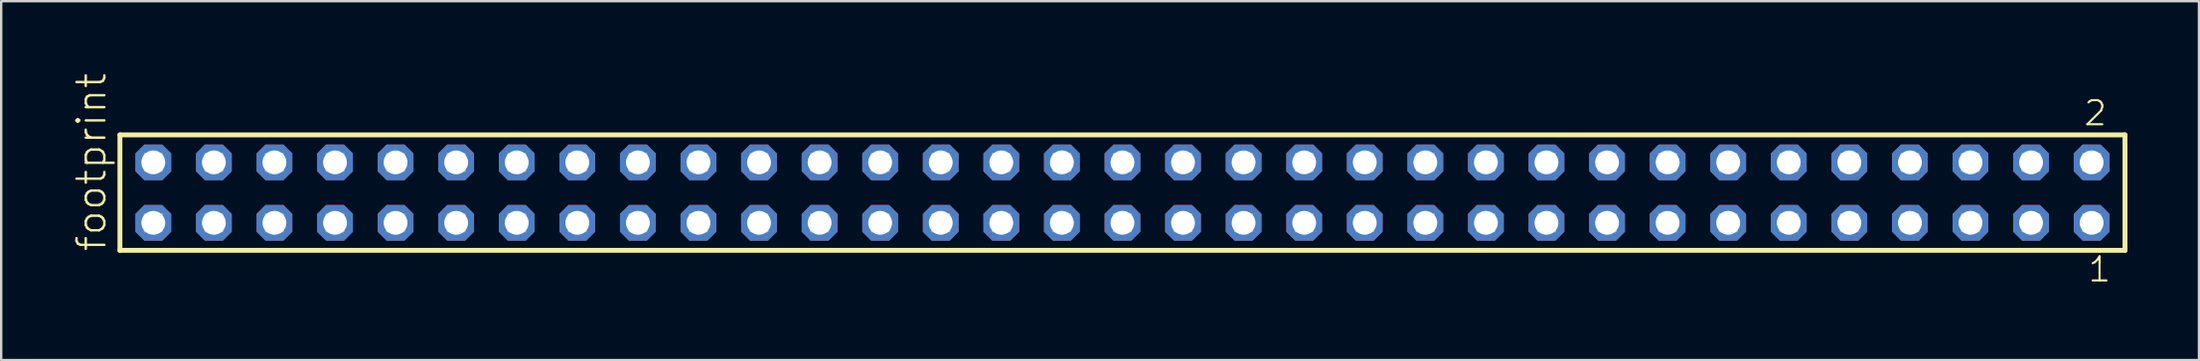
<source format=kicad_pcb>
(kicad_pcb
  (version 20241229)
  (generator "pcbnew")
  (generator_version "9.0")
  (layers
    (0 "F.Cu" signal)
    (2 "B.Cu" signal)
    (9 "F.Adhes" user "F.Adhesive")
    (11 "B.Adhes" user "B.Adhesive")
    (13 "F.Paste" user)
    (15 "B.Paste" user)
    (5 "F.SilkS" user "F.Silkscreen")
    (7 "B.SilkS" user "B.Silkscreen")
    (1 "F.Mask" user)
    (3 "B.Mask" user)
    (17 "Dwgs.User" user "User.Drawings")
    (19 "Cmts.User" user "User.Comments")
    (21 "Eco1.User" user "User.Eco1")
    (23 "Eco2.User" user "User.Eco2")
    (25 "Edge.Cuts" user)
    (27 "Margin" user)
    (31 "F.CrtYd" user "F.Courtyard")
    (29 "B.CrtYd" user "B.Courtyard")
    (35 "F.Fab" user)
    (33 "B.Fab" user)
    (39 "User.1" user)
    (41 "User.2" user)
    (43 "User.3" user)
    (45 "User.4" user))
  (footprint "footprint"
    (layer "F.Cu")
    (at 44.018 5.042)
    (property "Reference" "footprint" (at -42.545 2.54 90) (layer "F.SilkS") (effects (font (size 1.168 1.168) (thickness 0.102)) (justify left bottom)))
    (fp_line (start -42.039 -2.425) (end 42.039 -2.425) (stroke (width 0.203) (type solid)) (layer "F.SilkS"))
    (fp_line (start -42.039 2.425) (end -42.039 -2.425) (stroke (width 0.203) (type solid)) (layer "F.SilkS"))
    (fp_line (start 42.039 -2.425) (end 42.039 2.425) (stroke (width 0.203) (type solid)) (layer "F.SilkS"))
    (fp_line (start 42.039 2.425) (end -42.039 2.425) (stroke (width 0.203) (type solid)) (layer "F.SilkS"))
    (fp_poly (pts (xy -40.99 -0.92) (xy -40.29 -0.92) (xy -40.29 -1.62) (xy -40.99 -1.62)) (stroke (width 0.1) (type solid)) (fill no) (layer "F.Fab"))
    (fp_poly (pts (xy -40.99 1.62) (xy -40.29 1.62) (xy -40.29 0.92) (xy -40.99 0.92)) (stroke (width 0.1) (type solid)) (fill no) (layer "F.Fab"))
    (fp_poly (pts (xy -38.45 -0.92) (xy -37.75 -0.92) (xy -37.75 -1.62) (xy -38.45 -1.62)) (stroke (width 0.1) (type solid)) (fill no) (layer "F.Fab"))
    (fp_poly (pts (xy -38.45 1.62) (xy -37.75 1.62) (xy -37.75 0.92) (xy -38.45 0.92)) (stroke (width 0.1) (type solid)) (fill no) (layer "F.Fab"))
    (fp_poly (pts (xy -35.91 -0.92) (xy -35.21 -0.92) (xy -35.21 -1.62) (xy -35.91 -1.62)) (stroke (width 0.1) (type solid)) (fill no) (layer "F.Fab"))
    (fp_poly (pts (xy -35.91 1.62) (xy -35.21 1.62) (xy -35.21 0.92) (xy -35.91 0.92)) (stroke (width 0.1) (type solid)) (fill no) (layer "F.Fab"))
    (fp_poly (pts (xy -33.37 -0.92) (xy -32.67 -0.92) (xy -32.67 -1.62) (xy -33.37 -1.62)) (stroke (width 0.1) (type solid)) (fill no) (layer "F.Fab"))
    (fp_poly (pts (xy -33.37 1.62) (xy -32.67 1.62) (xy -32.67 0.92) (xy -33.37 0.92)) (stroke (width 0.1) (type solid)) (fill no) (layer "F.Fab"))
    (fp_poly (pts (xy -30.83 -0.92) (xy -30.13 -0.92) (xy -30.13 -1.62) (xy -30.83 -1.62)) (stroke (width 0.1) (type solid)) (fill no) (layer "F.Fab"))
    (fp_poly (pts (xy -30.83 1.62) (xy -30.13 1.62) (xy -30.13 0.92) (xy -30.83 0.92)) (stroke (width 0.1) (type solid)) (fill no) (layer "F.Fab"))
    (fp_poly (pts (xy -28.29 -0.92) (xy -27.59 -0.92) (xy -27.59 -1.62) (xy -28.29 -1.62)) (stroke (width 0.1) (type solid)) (fill no) (layer "F.Fab"))
    (fp_poly (pts (xy -28.29 1.62) (xy -27.59 1.62) (xy -27.59 0.92) (xy -28.29 0.92)) (stroke (width 0.1) (type solid)) (fill no) (layer "F.Fab"))
    (fp_poly (pts (xy -25.75 -0.92) (xy -25.05 -0.92) (xy -25.05 -1.62) (xy -25.75 -1.62)) (stroke (width 0.1) (type solid)) (fill no) (layer "F.Fab"))
    (fp_poly (pts (xy -25.75 1.62) (xy -25.05 1.62) (xy -25.05 0.92) (xy -25.75 0.92)) (stroke (width 0.1) (type solid)) (fill no) (layer "F.Fab"))
    (fp_poly (pts (xy -23.21 -0.92) (xy -22.51 -0.92) (xy -22.51 -1.62) (xy -23.21 -1.62)) (stroke (width 0.1) (type solid)) (fill no) (layer "F.Fab"))
    (fp_poly (pts (xy -23.21 1.62) (xy -22.51 1.62) (xy -22.51 0.92) (xy -23.21 0.92)) (stroke (width 0.1) (type solid)) (fill no) (layer "F.Fab"))
    (fp_poly (pts (xy -20.67 -0.92) (xy -19.97 -0.92) (xy -19.97 -1.62) (xy -20.67 -1.62)) (stroke (width 0.1) (type solid)) (fill no) (layer "F.Fab"))
    (fp_poly (pts (xy -20.67 1.62) (xy -19.97 1.62) (xy -19.97 0.92) (xy -20.67 0.92)) (stroke (width 0.1) (type solid)) (fill no) (layer "F.Fab"))
    (fp_poly (pts (xy -18.13 -0.92) (xy -17.43 -0.92) (xy -17.43 -1.62) (xy -18.13 -1.62)) (stroke (width 0.1) (type solid)) (fill no) (layer "F.Fab"))
    (fp_poly (pts (xy -18.13 1.62) (xy -17.43 1.62) (xy -17.43 0.92) (xy -18.13 0.92)) (stroke (width 0.1) (type solid)) (fill no) (layer "F.Fab"))
    (fp_poly (pts (xy -15.59 -0.92) (xy -14.89 -0.92) (xy -14.89 -1.62) (xy -15.59 -1.62)) (stroke (width 0.1) (type solid)) (fill no) (layer "F.Fab"))
    (fp_poly (pts (xy -15.59 1.62) (xy -14.89 1.62) (xy -14.89 0.92) (xy -15.59 0.92)) (stroke (width 0.1) (type solid)) (fill no) (layer "F.Fab"))
    (fp_poly (pts (xy -13.05 -0.92) (xy -12.35 -0.92) (xy -12.35 -1.62) (xy -13.05 -1.62)) (stroke (width 0.1) (type solid)) (fill no) (layer "F.Fab"))
    (fp_poly (pts (xy -13.05 1.62) (xy -12.35 1.62) (xy -12.35 0.92) (xy -13.05 0.92)) (stroke (width 0.1) (type solid)) (fill no) (layer "F.Fab"))
    (fp_poly (pts (xy -10.51 -0.92) (xy -9.81 -0.92) (xy -9.81 -1.62) (xy -10.51 -1.62)) (stroke (width 0.1) (type solid)) (fill no) (layer "F.Fab"))
    (fp_poly (pts (xy -10.51 1.62) (xy -9.81 1.62) (xy -9.81 0.92) (xy -10.51 0.92)) (stroke (width 0.1) (type solid)) (fill no) (layer "F.Fab"))
    (fp_poly (pts (xy -7.97 -0.92) (xy -7.27 -0.92) (xy -7.27 -1.62) (xy -7.97 -1.62)) (stroke (width 0.1) (type solid)) (fill no) (layer "F.Fab"))
    (fp_poly (pts (xy -7.97 1.62) (xy -7.27 1.62) (xy -7.27 0.92) (xy -7.97 0.92)) (stroke (width 0.1) (type solid)) (fill no) (layer "F.Fab"))
    (fp_poly (pts (xy -5.43 -0.92) (xy -4.73 -0.92) (xy -4.73 -1.62) (xy -5.43 -1.62)) (stroke (width 0.1) (type solid)) (fill no) (layer "F.Fab"))
    (fp_poly (pts (xy -5.43 1.62) (xy -4.73 1.62) (xy -4.73 0.92) (xy -5.43 0.92)) (stroke (width 0.1) (type solid)) (fill no) (layer "F.Fab"))
    (fp_poly (pts (xy -2.89 -0.92) (xy -2.19 -0.92) (xy -2.19 -1.62) (xy -2.89 -1.62)) (stroke (width 0.1) (type solid)) (fill no) (layer "F.Fab"))
    (fp_poly (pts (xy -2.89 1.62) (xy -2.19 1.62) (xy -2.19 0.92) (xy -2.89 0.92)) (stroke (width 0.1) (type solid)) (fill no) (layer "F.Fab"))
    (fp_poly (pts (xy -0.35 -0.92) (xy 0.35 -0.92) (xy 0.35 -1.62) (xy -0.35 -1.62)) (stroke (width 0.1) (type solid)) (fill no) (layer "F.Fab"))
    (fp_poly (pts (xy -0.35 1.62) (xy 0.35 1.62) (xy 0.35 0.92) (xy -0.35 0.92)) (stroke (width 0.1) (type solid)) (fill no) (layer "F.Fab"))
    (fp_poly (pts (xy 2.19 -0.92) (xy 2.89 -0.92) (xy 2.89 -1.62) (xy 2.19 -1.62)) (stroke (width 0.1) (type solid)) (fill no) (layer "F.Fab"))
    (fp_poly (pts (xy 2.19 1.62) (xy 2.89 1.62) (xy 2.89 0.92) (xy 2.19 0.92)) (stroke (width 0.1) (type solid)) (fill no) (layer "F.Fab"))
    (fp_poly (pts (xy 4.73 -0.92) (xy 5.43 -0.92) (xy 5.43 -1.62) (xy 4.73 -1.62)) (stroke (width 0.1) (type solid)) (fill no) (layer "F.Fab"))
    (fp_poly (pts (xy 4.73 1.62) (xy 5.43 1.62) (xy 5.43 0.92) (xy 4.73 0.92)) (stroke (width 0.1) (type solid)) (fill no) (layer "F.Fab"))
    (fp_poly (pts (xy 7.27 -0.92) (xy 7.97 -0.92) (xy 7.97 -1.62) (xy 7.27 -1.62)) (stroke (width 0.1) (type solid)) (fill no) (layer "F.Fab"))
    (fp_poly (pts (xy 7.27 1.62) (xy 7.97 1.62) (xy 7.97 0.92) (xy 7.27 0.92)) (stroke (width 0.1) (type solid)) (fill no) (layer "F.Fab"))
    (fp_poly (pts (xy 9.81 -0.92) (xy 10.51 -0.92) (xy 10.51 -1.62) (xy 9.81 -1.62)) (stroke (width 0.1) (type solid)) (fill no) (layer "F.Fab"))
    (fp_poly (pts (xy 9.81 1.62) (xy 10.51 1.62) (xy 10.51 0.92) (xy 9.81 0.92)) (stroke (width 0.1) (type solid)) (fill no) (layer "F.Fab"))
    (fp_poly (pts (xy 12.35 -0.92) (xy 13.05 -0.92) (xy 13.05 -1.62) (xy 12.35 -1.62)) (stroke (width 0.1) (type solid)) (fill no) (layer "F.Fab"))
    (fp_poly (pts (xy 12.35 1.62) (xy 13.05 1.62) (xy 13.05 0.92) (xy 12.35 0.92)) (stroke (width 0.1) (type solid)) (fill no) (layer "F.Fab"))
    (fp_poly (pts (xy 14.89 -0.92) (xy 15.59 -0.92) (xy 15.59 -1.62) (xy 14.89 -1.62)) (stroke (width 0.1) (type solid)) (fill no) (layer "F.Fab"))
    (fp_poly (pts (xy 14.89 1.62) (xy 15.59 1.62) (xy 15.59 0.92) (xy 14.89 0.92)) (stroke (width 0.1) (type solid)) (fill no) (layer "F.Fab"))
    (fp_poly (pts (xy 17.43 -0.92) (xy 18.13 -0.92) (xy 18.13 -1.62) (xy 17.43 -1.62)) (stroke (width 0.1) (type solid)) (fill no) (layer "F.Fab"))
    (fp_poly (pts (xy 17.43 1.62) (xy 18.13 1.62) (xy 18.13 0.92) (xy 17.43 0.92)) (stroke (width 0.1) (type solid)) (fill no) (layer "F.Fab"))
    (fp_poly (pts (xy 19.97 -0.92) (xy 20.67 -0.92) (xy 20.67 -1.62) (xy 19.97 -1.62)) (stroke (width 0.1) (type solid)) (fill no) (layer "F.Fab"))
    (fp_poly (pts (xy 19.97 1.62) (xy 20.67 1.62) (xy 20.67 0.92) (xy 19.97 0.92)) (stroke (width 0.1) (type solid)) (fill no) (layer "F.Fab"))
    (fp_poly (pts (xy 22.51 -0.92) (xy 23.21 -0.92) (xy 23.21 -1.62) (xy 22.51 -1.62)) (stroke (width 0.1) (type solid)) (fill no) (layer "F.Fab"))
    (fp_poly (pts (xy 22.51 1.62) (xy 23.21 1.62) (xy 23.21 0.92) (xy 22.51 0.92)) (stroke (width 0.1) (type solid)) (fill no) (layer "F.Fab"))
    (fp_poly (pts (xy 25.05 -0.92) (xy 25.75 -0.92) (xy 25.75 -1.62) (xy 25.05 -1.62)) (stroke (width 0.1) (type solid)) (fill no) (layer "F.Fab"))
    (fp_poly (pts (xy 25.05 1.62) (xy 25.75 1.62) (xy 25.75 0.92) (xy 25.05 0.92)) (stroke (width 0.1) (type solid)) (fill no) (layer "F.Fab"))
    (fp_poly (pts (xy 27.59 -0.92) (xy 28.29 -0.92) (xy 28.29 -1.62) (xy 27.59 -1.62)) (stroke (width 0.1) (type solid)) (fill no) (layer "F.Fab"))
    (fp_poly (pts (xy 27.59 1.62) (xy 28.29 1.62) (xy 28.29 0.92) (xy 27.59 0.92)) (stroke (width 0.1) (type solid)) (fill no) (layer "F.Fab"))
    (fp_poly (pts (xy 30.13 -0.92) (xy 30.83 -0.92) (xy 30.83 -1.62) (xy 30.13 -1.62)) (stroke (width 0.1) (type solid)) (fill no) (layer "F.Fab"))
    (fp_poly (pts (xy 30.13 1.62) (xy 30.83 1.62) (xy 30.83 0.92) (xy 30.13 0.92)) (stroke (width 0.1) (type solid)) (fill no) (layer "F.Fab"))
    (fp_poly (pts (xy 32.67 -0.92) (xy 33.37 -0.92) (xy 33.37 -1.62) (xy 32.67 -1.62)) (stroke (width 0.1) (type solid)) (fill no) (layer "F.Fab"))
    (fp_poly (pts (xy 32.67 1.62) (xy 33.37 1.62) (xy 33.37 0.92) (xy 32.67 0.92)) (stroke (width 0.1) (type solid)) (fill no) (layer "F.Fab"))
    (fp_poly (pts (xy 35.21 -0.92) (xy 35.91 -0.92) (xy 35.91 -1.62) (xy 35.21 -1.62)) (stroke (width 0.1) (type solid)) (fill no) (layer "F.Fab"))
    (fp_poly (pts (xy 35.21 1.62) (xy 35.91 1.62) (xy 35.91 0.92) (xy 35.21 0.92)) (stroke (width 0.1) (type solid)) (fill no) (layer "F.Fab"))
    (fp_poly (pts (xy 37.75 -0.92) (xy 38.45 -0.92) (xy 38.45 -1.62) (xy 37.75 -1.62)) (stroke (width 0.1) (type solid)) (fill no) (layer "F.Fab"))
    (fp_poly (pts (xy 37.75 1.62) (xy 38.45 1.62) (xy 38.45 0.92) (xy 37.75 0.92)) (stroke (width 0.1) (type solid)) (fill no) (layer "F.Fab"))
    (fp_poly (pts (xy 40.29 -0.92) (xy 40.99 -0.92) (xy 40.99 -1.62) (xy 40.29 -1.62)) (stroke (width 0.1) (type solid)) (fill no) (layer "F.Fab"))
    (fp_poly (pts (xy 40.29 1.62) (xy 40.99 1.62) (xy 40.99 0.92) (xy 40.29 0.92)) (stroke (width 0.1) (type solid)) (fill no) (layer "F.Fab"))
    (fp_text user "2" (at 40.257 -2.744 0) (layer "F.SilkS") (effects (font (size 1.012 1.012) (thickness 0.088)) (justify left bottom)))
    (fp_text user "1" (at 40.432 3.818 0) (layer "F.SilkS") (effects (font (size 1.012 1.012) (thickness 0.088)) (justify left bottom)))
    (pad "1" thru_hole roundrect (at 40.64 1.27 180) (size 1.5 1.5) (drill 1) (layers "*.Cu" "*.Mask") (roundrect_rratio 0.25) (chamfer_ratio 0.25) (chamfer top_left top_right bottom_left bottom_right))
    (pad "2" thru_hole roundrect (at 40.64 -1.27 180) (size 1.5 1.5) (drill 1) (layers "*.Cu" "*.Mask") (roundrect_rratio 0.25) (chamfer_ratio 0.25) (chamfer top_left top_right bottom_left bottom_right))
    (pad "3" thru_hole roundrect (at 38.1 1.27 180) (size 1.5 1.5) (drill 1) (layers "*.Cu" "*.Mask") (roundrect_rratio 0.25) (chamfer_ratio 0.25) (chamfer top_left top_right bottom_left bottom_right))
    (pad "4" thru_hole roundrect (at 38.1 -1.27 180) (size 1.5 1.5) (drill 1) (layers "*.Cu" "*.Mask") (roundrect_rratio 0.25) (chamfer_ratio 0.25) (chamfer top_left top_right bottom_left bottom_right))
    (pad "5" thru_hole roundrect (at 35.56 1.27 180) (size 1.5 1.5) (drill 1) (layers "*.Cu" "*.Mask") (roundrect_rratio 0.25) (chamfer_ratio 0.25) (chamfer top_left top_right bottom_left bottom_right))
    (pad "6" thru_hole roundrect (at 35.56 -1.27 180) (size 1.5 1.5) (drill 1) (layers "*.Cu" "*.Mask") (roundrect_rratio 0.25) (chamfer_ratio 0.25) (chamfer top_left top_right bottom_left bottom_right))
    (pad "7" thru_hole roundrect (at 33.02 1.27 180) (size 1.5 1.5) (drill 1) (layers "*.Cu" "*.Mask") (roundrect_rratio 0.25) (chamfer_ratio 0.25) (chamfer top_left top_right bottom_left bottom_right))
    (pad "8" thru_hole roundrect (at 33.02 -1.27 180) (size 1.5 1.5) (drill 1) (layers "*.Cu" "*.Mask") (roundrect_rratio 0.25) (chamfer_ratio 0.25) (chamfer top_left top_right bottom_left bottom_right))
    (pad "9" thru_hole roundrect (at 30.48 1.27 180) (size 1.5 1.5) (drill 1) (layers "*.Cu" "*.Mask") (roundrect_rratio 0.25) (chamfer_ratio 0.25) (chamfer top_left top_right bottom_left bottom_right))
    (pad "10" thru_hole roundrect (at 30.48 -1.27 180) (size 1.5 1.5) (drill 1) (layers "*.Cu" "*.Mask") (roundrect_rratio 0.25) (chamfer_ratio 0.25) (chamfer top_left top_right bottom_left bottom_right))
    (pad "11" thru_hole roundrect (at 27.94 1.27 180) (size 1.5 1.5) (drill 1) (layers "*.Cu" "*.Mask") (roundrect_rratio 0.25) (chamfer_ratio 0.25) (chamfer top_left top_right bottom_left bottom_right))
    (pad "12" thru_hole roundrect (at 27.94 -1.27 180) (size 1.5 1.5) (drill 1) (layers "*.Cu" "*.Mask") (roundrect_rratio 0.25) (chamfer_ratio 0.25) (chamfer top_left top_right bottom_left bottom_right))
    (pad "13" thru_hole roundrect (at 25.4 1.27 180) (size 1.5 1.5) (drill 1) (layers "*.Cu" "*.Mask") (roundrect_rratio 0.25) (chamfer_ratio 0.25) (chamfer top_left top_right bottom_left bottom_right))
    (pad "14" thru_hole roundrect (at 25.4 -1.27 180) (size 1.5 1.5) (drill 1) (layers "*.Cu" "*.Mask") (roundrect_rratio 0.25) (chamfer_ratio 0.25) (chamfer top_left top_right bottom_left bottom_right))
    (pad "15" thru_hole roundrect (at 22.86 1.27 180) (size 1.5 1.5) (drill 1) (layers "*.Cu" "*.Mask") (roundrect_rratio 0.25) (chamfer_ratio 0.25) (chamfer top_left top_right bottom_left bottom_right))
    (pad "16" thru_hole roundrect (at 22.86 -1.27 180) (size 1.5 1.5) (drill 1) (layers "*.Cu" "*.Mask") (roundrect_rratio 0.25) (chamfer_ratio 0.25) (chamfer top_left top_right bottom_left bottom_right))
    (pad "17" thru_hole roundrect (at 20.32 1.27 180) (size 1.5 1.5) (drill 1) (layers "*.Cu" "*.Mask") (roundrect_rratio 0.25) (chamfer_ratio 0.25) (chamfer top_left top_right bottom_left bottom_right))
    (pad "18" thru_hole roundrect (at 20.32 -1.27 180) (size 1.5 1.5) (drill 1) (layers "*.Cu" "*.Mask") (roundrect_rratio 0.25) (chamfer_ratio 0.25) (chamfer top_left top_right bottom_left bottom_right))
    (pad "19" thru_hole roundrect (at 17.78 1.27 180) (size 1.5 1.5) (drill 1) (layers "*.Cu" "*.Mask") (roundrect_rratio 0.25) (chamfer_ratio 0.25) (chamfer top_left top_right bottom_left bottom_right))
    (pad "20" thru_hole roundrect (at 17.78 -1.27 180) (size 1.5 1.5) (drill 1) (layers "*.Cu" "*.Mask") (roundrect_rratio 0.25) (chamfer_ratio 0.25) (chamfer top_left top_right bottom_left bottom_right))
    (pad "21" thru_hole roundrect (at 15.24 1.27 180) (size 1.5 1.5) (drill 1) (layers "*.Cu" "*.Mask") (roundrect_rratio 0.25) (chamfer_ratio 0.25) (chamfer top_left top_right bottom_left bottom_right))
    (pad "22" thru_hole roundrect (at 15.24 -1.27 180) (size 1.5 1.5) (drill 1) (layers "*.Cu" "*.Mask") (roundrect_rratio 0.25) (chamfer_ratio 0.25) (chamfer top_left top_right bottom_left bottom_right))
    (pad "23" thru_hole roundrect (at 12.7 1.27 180) (size 1.5 1.5) (drill 1) (layers "*.Cu" "*.Mask") (roundrect_rratio 0.25) (chamfer_ratio 0.25) (chamfer top_left top_right bottom_left bottom_right))
    (pad "24" thru_hole roundrect (at 12.7 -1.27 180) (size 1.5 1.5) (drill 1) (layers "*.Cu" "*.Mask") (roundrect_rratio 0.25) (chamfer_ratio 0.25) (chamfer top_left top_right bottom_left bottom_right))
    (pad "25" thru_hole roundrect (at 10.16 1.27 180) (size 1.5 1.5) (drill 1) (layers "*.Cu" "*.Mask") (roundrect_rratio 0.25) (chamfer_ratio 0.25) (chamfer top_left top_right bottom_left bottom_right))
    (pad "26" thru_hole roundrect (at 10.16 -1.27 180) (size 1.5 1.5) (drill 1) (layers "*.Cu" "*.Mask") (roundrect_rratio 0.25) (chamfer_ratio 0.25) (chamfer top_left top_right bottom_left bottom_right))
    (pad "27" thru_hole roundrect (at 7.62 1.27 180) (size 1.5 1.5) (drill 1) (layers "*.Cu" "*.Mask") (roundrect_rratio 0.25) (chamfer_ratio 0.25) (chamfer top_left top_right bottom_left bottom_right))
    (pad "28" thru_hole roundrect (at 7.62 -1.27 180) (size 1.5 1.5) (drill 1) (layers "*.Cu" "*.Mask") (roundrect_rratio 0.25) (chamfer_ratio 0.25) (chamfer top_left top_right bottom_left bottom_right))
    (pad "29" thru_hole roundrect (at 5.08 1.27 180) (size 1.5 1.5) (drill 1) (layers "*.Cu" "*.Mask") (roundrect_rratio 0.25) (chamfer_ratio 0.25) (chamfer top_left top_right bottom_left bottom_right))
    (pad "30" thru_hole roundrect (at 5.08 -1.27 180) (size 1.5 1.5) (drill 1) (layers "*.Cu" "*.Mask") (roundrect_rratio 0.25) (chamfer_ratio 0.25) (chamfer top_left top_right bottom_left bottom_right))
    (pad "31" thru_hole roundrect (at 2.54 1.27 180) (size 1.5 1.5) (drill 1) (layers "*.Cu" "*.Mask") (roundrect_rratio 0.25) (chamfer_ratio 0.25) (chamfer top_left top_right bottom_left bottom_right))
    (pad "32" thru_hole roundrect (at 2.54 -1.27 180) (size 1.5 1.5) (drill 1) (layers "*.Cu" "*.Mask") (roundrect_rratio 0.25) (chamfer_ratio 0.25) (chamfer top_left top_right bottom_left bottom_right))
    (pad "33" thru_hole roundrect (at 0 1.27 180) (size 1.5 1.5) (drill 1) (layers "*.Cu" "*.Mask") (roundrect_rratio 0.25) (chamfer_ratio 0.25) (chamfer top_left top_right bottom_left bottom_right))
    (pad "34" thru_hole roundrect (at 0 -1.27 180) (size 1.5 1.5) (drill 1) (layers "*.Cu" "*.Mask") (roundrect_rratio 0.25) (chamfer_ratio 0.25) (chamfer top_left top_right bottom_left bottom_right))
    (pad "35" thru_hole roundrect (at -2.54 1.27 180) (size 1.5 1.5) (drill 1) (layers "*.Cu" "*.Mask") (roundrect_rratio 0.25) (chamfer_ratio 0.25) (chamfer top_left top_right bottom_left bottom_right))
    (pad "36" thru_hole roundrect (at -2.54 -1.27 180) (size 1.5 1.5) (drill 1) (layers "*.Cu" "*.Mask") (roundrect_rratio 0.25) (chamfer_ratio 0.25) (chamfer top_left top_right bottom_left bottom_right))
    (pad "37" thru_hole roundrect (at -5.08 1.27 180) (size 1.5 1.5) (drill 1) (layers "*.Cu" "*.Mask") (roundrect_rratio 0.25) (chamfer_ratio 0.25) (chamfer top_left top_right bottom_left bottom_right))
    (pad "38" thru_hole roundrect (at -5.08 -1.27 180) (size 1.5 1.5) (drill 1) (layers "*.Cu" "*.Mask") (roundrect_rratio 0.25) (chamfer_ratio 0.25) (chamfer top_left top_right bottom_left bottom_right))
    (pad "39" thru_hole roundrect (at -7.62 1.27 180) (size 1.5 1.5) (drill 1) (layers "*.Cu" "*.Mask") (roundrect_rratio 0.25) (chamfer_ratio 0.25) (chamfer top_left top_right bottom_left bottom_right))
    (pad "40" thru_hole roundrect (at -7.62 -1.27 180) (size 1.5 1.5) (drill 1) (layers "*.Cu" "*.Mask") (roundrect_rratio 0.25) (chamfer_ratio 0.25) (chamfer top_left top_right bottom_left bottom_right))
    (pad "41" thru_hole roundrect (at -10.16 1.27 180) (size 1.5 1.5) (drill 1) (layers "*.Cu" "*.Mask") (roundrect_rratio 0.25) (chamfer_ratio 0.25) (chamfer top_left top_right bottom_left bottom_right))
    (pad "42" thru_hole roundrect (at -10.16 -1.27 180) (size 1.5 1.5) (drill 1) (layers "*.Cu" "*.Mask") (roundrect_rratio 0.25) (chamfer_ratio 0.25) (chamfer top_left top_right bottom_left bottom_right))
    (pad "43" thru_hole roundrect (at -12.7 1.27 180) (size 1.5 1.5) (drill 1) (layers "*.Cu" "*.Mask") (roundrect_rratio 0.25) (chamfer_ratio 0.25) (chamfer top_left top_right bottom_left bottom_right))
    (pad "44" thru_hole roundrect (at -12.7 -1.27 180) (size 1.5 1.5) (drill 1) (layers "*.Cu" "*.Mask") (roundrect_rratio 0.25) (chamfer_ratio 0.25) (chamfer top_left top_right bottom_left bottom_right))
    (pad "45" thru_hole roundrect (at -15.24 1.27 180) (size 1.5 1.5) (drill 1) (layers "*.Cu" "*.Mask") (roundrect_rratio 0.25) (chamfer_ratio 0.25) (chamfer top_left top_right bottom_left bottom_right))
    (pad "46" thru_hole roundrect (at -15.24 -1.27 180) (size 1.5 1.5) (drill 1) (layers "*.Cu" "*.Mask") (roundrect_rratio 0.25) (chamfer_ratio 0.25) (chamfer top_left top_right bottom_left bottom_right))
    (pad "47" thru_hole roundrect (at -17.78 1.27 180) (size 1.5 1.5) (drill 1) (layers "*.Cu" "*.Mask") (roundrect_rratio 0.25) (chamfer_ratio 0.25) (chamfer top_left top_right bottom_left bottom_right))
    (pad "48" thru_hole roundrect (at -17.78 -1.27 180) (size 1.5 1.5) (drill 1) (layers "*.Cu" "*.Mask") (roundrect_rratio 0.25) (chamfer_ratio 0.25) (chamfer top_left top_right bottom_left bottom_right))
    (pad "49" thru_hole roundrect (at -20.32 1.27 180) (size 1.5 1.5) (drill 1) (layers "*.Cu" "*.Mask") (roundrect_rratio 0.25) (chamfer_ratio 0.25) (chamfer top_left top_right bottom_left bottom_right))
    (pad "50" thru_hole roundrect (at -20.32 -1.27 180) (size 1.5 1.5) (drill 1) (layers "*.Cu" "*.Mask") (roundrect_rratio 0.25) (chamfer_ratio 0.25) (chamfer top_left top_right bottom_left bottom_right))
    (pad "51" thru_hole roundrect (at -22.86 1.27 180) (size 1.5 1.5) (drill 1) (layers "*.Cu" "*.Mask") (roundrect_rratio 0.25) (chamfer_ratio 0.25) (chamfer top_left top_right bottom_left bottom_right))
    (pad "52" thru_hole roundrect (at -22.86 -1.27 180) (size 1.5 1.5) (drill 1) (layers "*.Cu" "*.Mask") (roundrect_rratio 0.25) (chamfer_ratio 0.25) (chamfer top_left top_right bottom_left bottom_right))
    (pad "53" thru_hole roundrect (at -25.4 1.27 180) (size 1.5 1.5) (drill 1) (layers "*.Cu" "*.Mask") (roundrect_rratio 0.25) (chamfer_ratio 0.25) (chamfer top_left top_right bottom_left bottom_right))
    (pad "54" thru_hole roundrect (at -25.4 -1.27 180) (size 1.5 1.5) (drill 1) (layers "*.Cu" "*.Mask") (roundrect_rratio 0.25) (chamfer_ratio 0.25) (chamfer top_left top_right bottom_left bottom_right))
    (pad "55" thru_hole roundrect (at -27.94 1.27 180) (size 1.5 1.5) (drill 1) (layers "*.Cu" "*.Mask") (roundrect_rratio 0.25) (chamfer_ratio 0.25) (chamfer top_left top_right bottom_left bottom_right))
    (pad "56" thru_hole roundrect (at -27.94 -1.27 180) (size 1.5 1.5) (drill 1) (layers "*.Cu" "*.Mask") (roundrect_rratio 0.25) (chamfer_ratio 0.25) (chamfer top_left top_right bottom_left bottom_right))
    (pad "57" thru_hole roundrect (at -30.48 1.27 180) (size 1.5 1.5) (drill 1) (layers "*.Cu" "*.Mask") (roundrect_rratio 0.25) (chamfer_ratio 0.25) (chamfer top_left top_right bottom_left bottom_right))
    (pad "58" thru_hole roundrect (at -30.48 -1.27 180) (size 1.5 1.5) (drill 1) (layers "*.Cu" "*.Mask") (roundrect_rratio 0.25) (chamfer_ratio 0.25) (chamfer top_left top_right bottom_left bottom_right))
    (pad "59" thru_hole roundrect (at -33.02 1.27 180) (size 1.5 1.5) (drill 1) (layers "*.Cu" "*.Mask") (roundrect_rratio 0.25) (chamfer_ratio 0.25) (chamfer top_left top_right bottom_left bottom_right))
    (pad "60" thru_hole roundrect (at -33.02 -1.27 180) (size 1.5 1.5) (drill 1) (layers "*.Cu" "*.Mask") (roundrect_rratio 0.25) (chamfer_ratio 0.25) (chamfer top_left top_right bottom_left bottom_right))
    (pad "61" thru_hole roundrect (at -35.56 1.27 180) (size 1.5 1.5) (drill 1) (layers "*.Cu" "*.Mask") (roundrect_rratio 0.25) (chamfer_ratio 0.25) (chamfer top_left top_right bottom_left bottom_right))
    (pad "62" thru_hole roundrect (at -35.56 -1.27 180) (size 1.5 1.5) (drill 1) (layers "*.Cu" "*.Mask") (roundrect_rratio 0.25) (chamfer_ratio 0.25) (chamfer top_left top_right bottom_left bottom_right))
    (pad "63" thru_hole roundrect (at -38.1 1.27 180) (size 1.5 1.5) (drill 1) (layers "*.Cu" "*.Mask") (roundrect_rratio 0.25) (chamfer_ratio 0.25) (chamfer top_left top_right bottom_left bottom_right))
    (pad "64" thru_hole roundrect (at -38.1 -1.27 180) (size 1.5 1.5) (drill 1) (layers "*.Cu" "*.Mask") (roundrect_rratio 0.25) (chamfer_ratio 0.25) (chamfer top_left top_right bottom_left bottom_right))
    (pad "65" thru_hole roundrect (at -40.64 1.27 180) (size 1.5 1.5) (drill 1) (layers "*.Cu" "*.Mask") (roundrect_rratio 0.25) (chamfer_ratio 0.25) (chamfer top_left top_right bottom_left bottom_right))
    (pad "66" thru_hole roundrect (at -40.64 -1.27 180) (size 1.5 1.5) (drill 1) (layers "*.Cu" "*.Mask") (roundrect_rratio 0.25) (chamfer_ratio 0.25) (chamfer top_left top_right bottom_left bottom_right)))
  (gr_rect
    (start -3 -3)
    (end 89.159 12.077)
    (stroke (width 0.1) (type default))
    (fill no)
    (layer "Edge.Cuts")))
</source>
